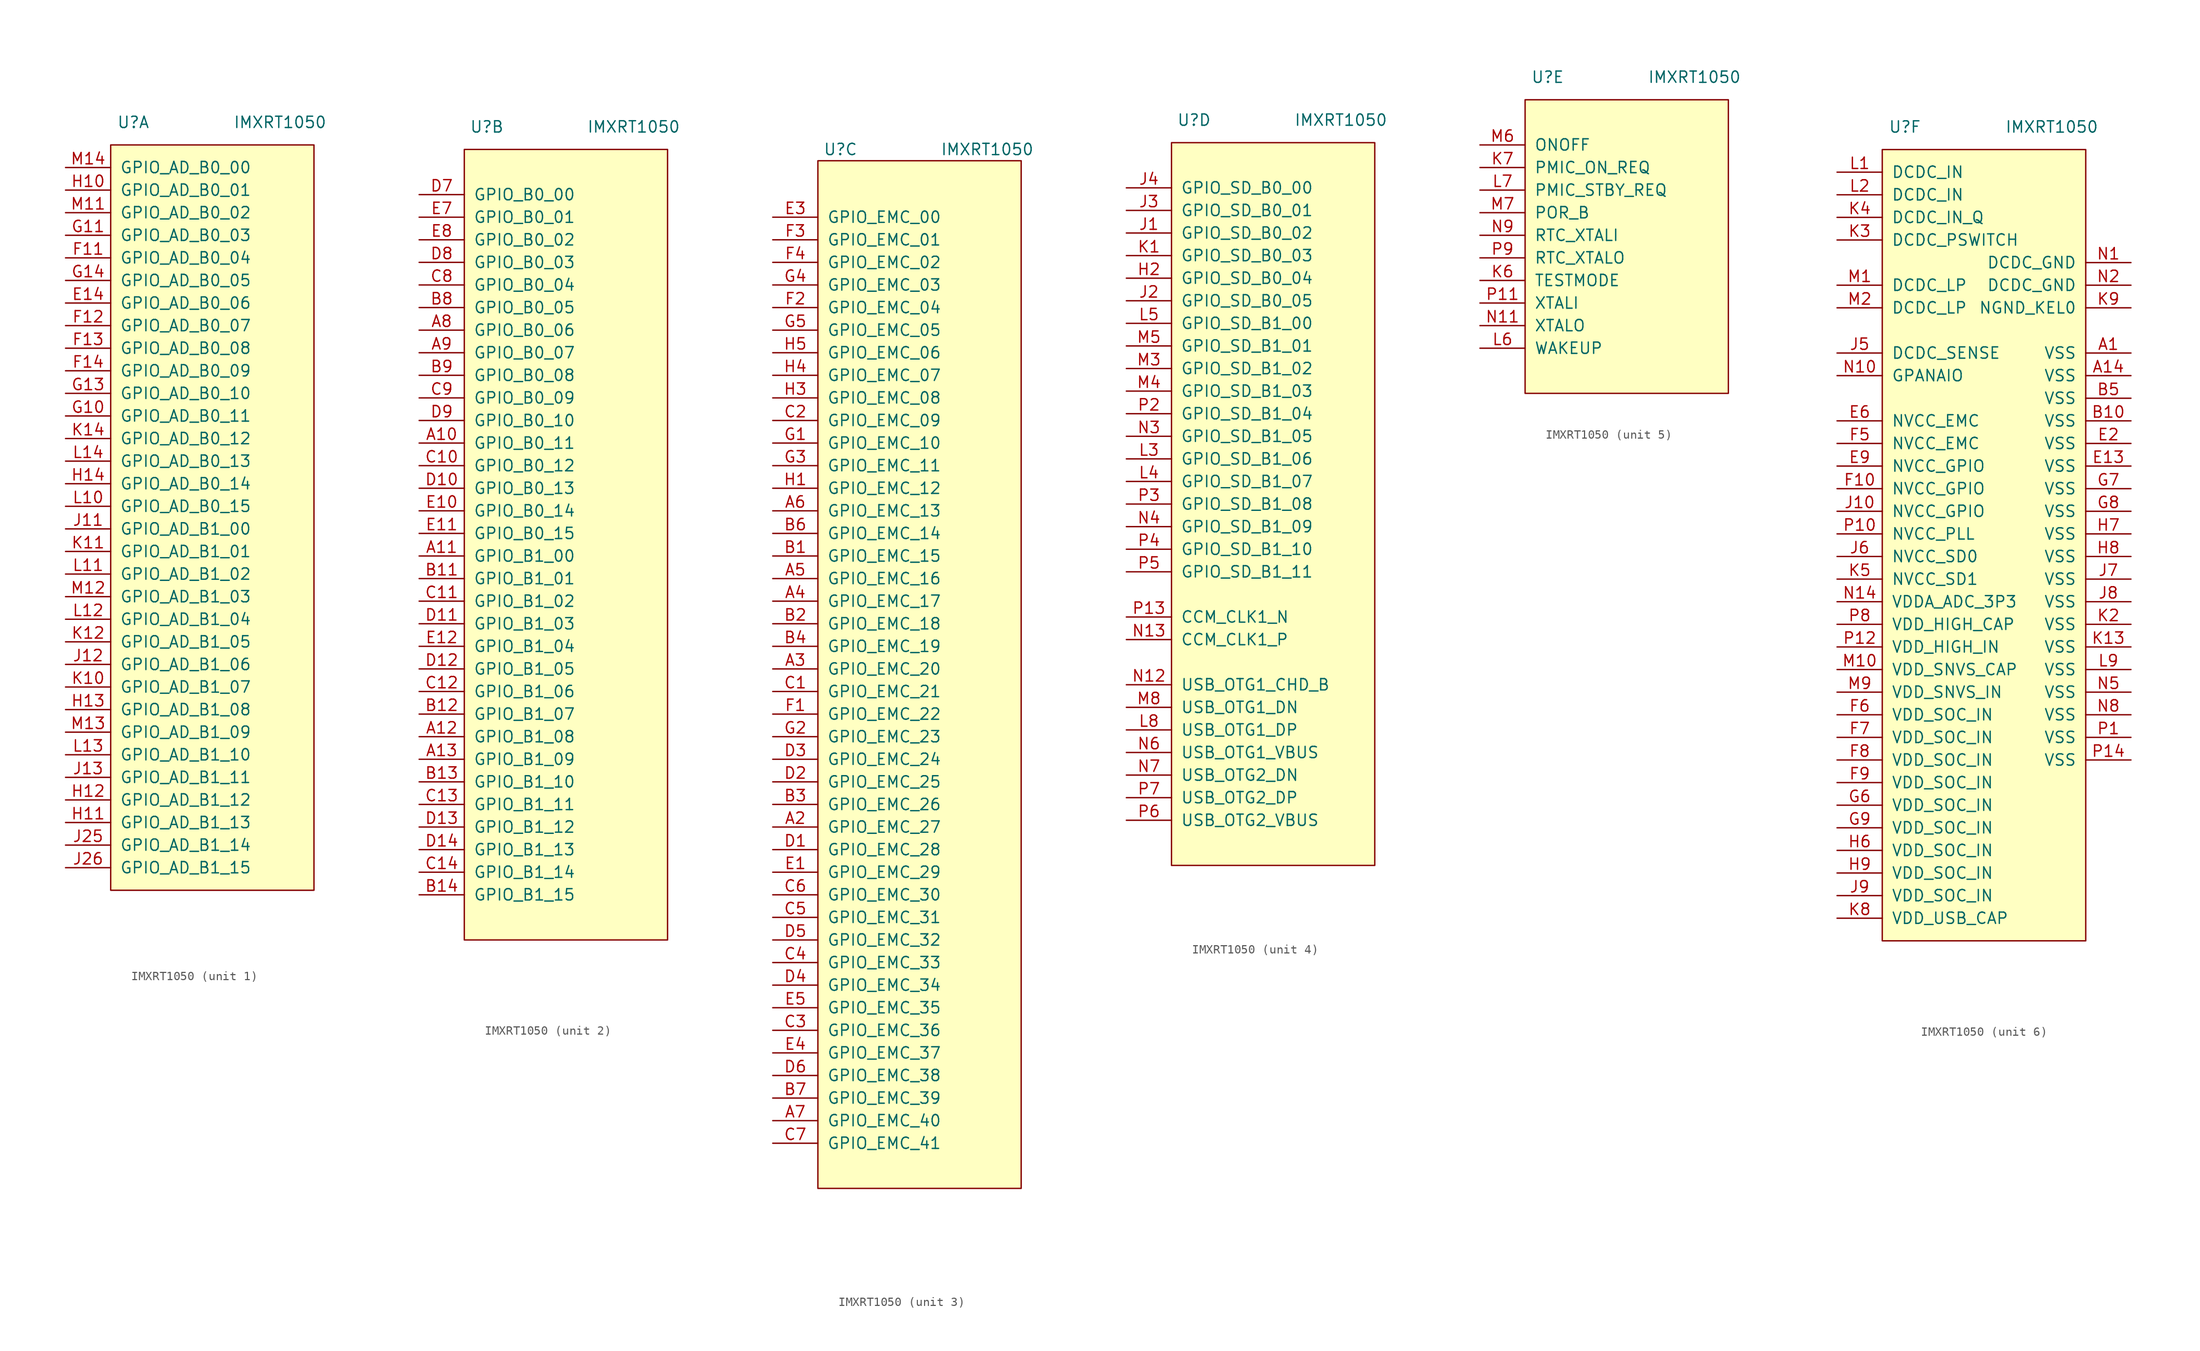
<source format=kicad_sym>
(kicad_symbol_lib
  (version 20210619)
  (generator kicad_symbol_editor)
  (symbol "Sitina:IMXRT1050"
    (pin_names
      (offset 1.016))
    (property "Reference" "U"
      (at -10.16 43.18 0)
      (effects (font (size 1.27 1.27))))
    (property "Value" "IMXRT1050"
      (at 6.35 43.18 0)
      (effects (font (size 1.27 1.27))))
    (property "ki_locked" ""
      (at 0 0 0)
      (effects (font (size 1.27 1.27))))
    (symbol "IMXRT1050_1_1"
      (rectangle (start -12.7 40.64) (end 10.16 -43.18) (stroke (width 0)) (fill (type background)))
      (pin input line (at -17.78 22.86 0) (length 5.08) (name "GPIO_AD_B0_06" (effects (font (size 1.27 1.27)))) (number "E14" (effects (font (size 1.27 1.27)))))
      (pin input line (at -17.78 27.94 0) (length 5.08) (name "GPIO_AD_B0_04" (effects (font (size 1.27 1.27)))) (number "F11" (effects (font (size 1.27 1.27)))))
      (pin input line (at -17.78 20.32 0) (length 5.08) (name "GPIO_AD_B0_07" (effects (font (size 1.27 1.27)))) (number "F12" (effects (font (size 1.27 1.27)))))
      (pin input line (at -17.78 17.78 0) (length 5.08) (name "GPIO_AD_B0_08" (effects (font (size 1.27 1.27)))) (number "F13" (effects (font (size 1.27 1.27)))))
      (pin input line (at -17.78 15.24 0) (length 5.08) (name "GPIO_AD_B0_09" (effects (font (size 1.27 1.27)))) (number "F14" (effects (font (size 1.27 1.27)))))
      (pin input line (at -17.78 10.16 0) (length 5.08) (name "GPIO_AD_B0_11" (effects (font (size 1.27 1.27)))) (number "G10" (effects (font (size 1.27 1.27)))))
      (pin input line (at -17.78 30.48 0) (length 5.08) (name "GPIO_AD_B0_03" (effects (font (size 1.27 1.27)))) (number "G11" (effects (font (size 1.27 1.27)))))
      (pin input line (at -17.78 12.7 0) (length 5.08) (name "GPIO_AD_B0_10" (effects (font (size 1.27 1.27)))) (number "G13" (effects (font (size 1.27 1.27)))))
      (pin input line (at -17.78 25.4 0) (length 5.08) (name "GPIO_AD_B0_05" (effects (font (size 1.27 1.27)))) (number "G14" (effects (font (size 1.27 1.27)))))
      (pin input line (at -17.78 35.56 0) (length 5.08) (name "GPIO_AD_B0_01" (effects (font (size 1.27 1.27)))) (number "H10" (effects (font (size 1.27 1.27)))))
      (pin input line (at -17.78 -35.56 0) (length 5.08) (name "GPIO_AD_B1_13" (effects (font (size 1.27 1.27)))) (number "H11" (effects (font (size 1.27 1.27)))))
      (pin input line (at -17.78 -33.02 0) (length 5.08) (name "GPIO_AD_B1_12" (effects (font (size 1.27 1.27)))) (number "H12" (effects (font (size 1.27 1.27)))))
      (pin input line (at -17.78 -22.86 0) (length 5.08) (name "GPIO_AD_B1_08" (effects (font (size 1.27 1.27)))) (number "H13" (effects (font (size 1.27 1.27)))))
      (pin input line (at -17.78 2.54 0) (length 5.08) (name "GPIO_AD_B0_14" (effects (font (size 1.27 1.27)))) (number "H14" (effects (font (size 1.27 1.27)))))
      (pin input line (at -17.78 -2.54 0) (length 5.08) (name "GPIO_AD_B1_00" (effects (font (size 1.27 1.27)))) (number "J11" (effects (font (size 1.27 1.27)))))
      (pin input line (at -17.78 -17.78 0) (length 5.08) (name "GPIO_AD_B1_06" (effects (font (size 1.27 1.27)))) (number "J12" (effects (font (size 1.27 1.27)))))
      (pin input line (at -17.78 -30.48 0) (length 5.08) (name "GPIO_AD_B1_11" (effects (font (size 1.27 1.27)))) (number "J13" (effects (font (size 1.27 1.27)))))
      (pin input line (at -17.78 -38.1 0) (length 5.08) (name "GPIO_AD_B1_14" (effects (font (size 1.27 1.27)))) (number "J25" (effects (font (size 1.27 1.27)))))
      (pin input line (at -17.78 -40.64 0) (length 5.08) (name "GPIO_AD_B1_15" (effects (font (size 1.27 1.27)))) (number "J26" (effects (font (size 1.27 1.27)))))
      (pin input line (at -17.78 -20.32 0) (length 5.08) (name "GPIO_AD_B1_07" (effects (font (size 1.27 1.27)))) (number "K10" (effects (font (size 1.27 1.27)))))
      (pin input line (at -17.78 -5.08 0) (length 5.08) (name "GPIO_AD_B1_01" (effects (font (size 1.27 1.27)))) (number "K11" (effects (font (size 1.27 1.27)))))
      (pin input line (at -17.78 -15.24 0) (length 5.08) (name "GPIO_AD_B1_05" (effects (font (size 1.27 1.27)))) (number "K12" (effects (font (size 1.27 1.27)))))
      (pin input line (at -17.78 7.62 0) (length 5.08) (name "GPIO_AD_B0_12" (effects (font (size 1.27 1.27)))) (number "K14" (effects (font (size 1.27 1.27)))))
      (pin input line (at -17.78 0 0) (length 5.08) (name "GPIO_AD_B0_15" (effects (font (size 1.27 1.27)))) (number "L10" (effects (font (size 1.27 1.27)))))
      (pin input line (at -17.78 -7.62 0) (length 5.08) (name "GPIO_AD_B1_02" (effects (font (size 1.27 1.27)))) (number "L11" (effects (font (size 1.27 1.27)))))
      (pin input line (at -17.78 -12.7 0) (length 5.08) (name "GPIO_AD_B1_04" (effects (font (size 1.27 1.27)))) (number "L12" (effects (font (size 1.27 1.27)))))
      (pin input line (at -17.78 -27.94 0) (length 5.08) (name "GPIO_AD_B1_10" (effects (font (size 1.27 1.27)))) (number "L13" (effects (font (size 1.27 1.27)))))
      (pin input line (at -17.78 5.08 0) (length 5.08) (name "GPIO_AD_B0_13" (effects (font (size 1.27 1.27)))) (number "L14" (effects (font (size 1.27 1.27)))))
      (pin input line (at -17.78 33.02 0) (length 5.08) (name "GPIO_AD_B0_02" (effects (font (size 1.27 1.27)))) (number "M11" (effects (font (size 1.27 1.27)))))
      (pin input line (at -17.78 -10.16 0) (length 5.08) (name "GPIO_AD_B1_03" (effects (font (size 1.27 1.27)))) (number "M12" (effects (font (size 1.27 1.27)))))
      (pin input line (at -17.78 -25.4 0) (length 5.08) (name "GPIO_AD_B1_09" (effects (font (size 1.27 1.27)))) (number "M13" (effects (font (size 1.27 1.27)))))
      (pin input line (at -17.78 38.1 0) (length 5.08) (name "GPIO_AD_B0_00" (effects (font (size 1.27 1.27)))) (number "M14" (effects (font (size 1.27 1.27))))))
    (symbol "IMXRT1050_2_1"
      (rectangle (start -12.7 40.64) (end 10.16 -48.26) (stroke (width 0)) (fill (type background)))
      (pin input line (at -17.78 7.62 0) (length 5.08) (name "GPIO_B0_11" (effects (font (size 1.27 1.27)))) (number "A10" (effects (font (size 1.27 1.27)))))
      (pin input line (at -17.78 -5.08 0) (length 5.08) (name "GPIO_B1_00" (effects (font (size 1.27 1.27)))) (number "A11" (effects (font (size 1.27 1.27)))))
      (pin input line (at -17.78 -25.4 0) (length 5.08) (name "GPIO_B1_08" (effects (font (size 1.27 1.27)))) (number "A12" (effects (font (size 1.27 1.27)))))
      (pin input line (at -17.78 -27.94 0) (length 5.08) (name "GPIO_B1_09" (effects (font (size 1.27 1.27)))) (number "A13" (effects (font (size 1.27 1.27)))))
      (pin input line (at -17.78 20.32 0) (length 5.08) (name "GPIO_B0_06" (effects (font (size 1.27 1.27)))) (number "A8" (effects (font (size 1.27 1.27)))))
      (pin input line (at -17.78 17.78 0) (length 5.08) (name "GPIO_B0_07" (effects (font (size 1.27 1.27)))) (number "A9" (effects (font (size 1.27 1.27)))))
      (pin input line (at -17.78 -7.62 0) (length 5.08) (name "GPIO_B1_01" (effects (font (size 1.27 1.27)))) (number "B11" (effects (font (size 1.27 1.27)))))
      (pin input line (at -17.78 -22.86 0) (length 5.08) (name "GPIO_B1_07" (effects (font (size 1.27 1.27)))) (number "B12" (effects (font (size 1.27 1.27)))))
      (pin input line (at -17.78 -30.48 0) (length 5.08) (name "GPIO_B1_10" (effects (font (size 1.27 1.27)))) (number "B13" (effects (font (size 1.27 1.27)))))
      (pin input line (at -17.78 -43.18 0) (length 5.08) (name "GPIO_B1_15" (effects (font (size 1.27 1.27)))) (number "B14" (effects (font (size 1.27 1.27)))))
      (pin input line (at -17.78 22.86 0) (length 5.08) (name "GPIO_B0_05" (effects (font (size 1.27 1.27)))) (number "B8" (effects (font (size 1.27 1.27)))))
      (pin input line (at -17.78 15.24 0) (length 5.08) (name "GPIO_B0_08" (effects (font (size 1.27 1.27)))) (number "B9" (effects (font (size 1.27 1.27)))))
      (pin input line (at -17.78 5.08 0) (length 5.08) (name "GPIO_B0_12" (effects (font (size 1.27 1.27)))) (number "C10" (effects (font (size 1.27 1.27)))))
      (pin input line (at -17.78 -10.16 0) (length 5.08) (name "GPIO_B1_02" (effects (font (size 1.27 1.27)))) (number "C11" (effects (font (size 1.27 1.27)))))
      (pin input line (at -17.78 -20.32 0) (length 5.08) (name "GPIO_B1_06" (effects (font (size 1.27 1.27)))) (number "C12" (effects (font (size 1.27 1.27)))))
      (pin input line (at -17.78 -33.02 0) (length 5.08) (name "GPIO_B1_11" (effects (font (size 1.27 1.27)))) (number "C13" (effects (font (size 1.27 1.27)))))
      (pin input line (at -17.78 -40.64 0) (length 5.08) (name "GPIO_B1_14" (effects (font (size 1.27 1.27)))) (number "C14" (effects (font (size 1.27 1.27)))))
      (pin input line (at -17.78 25.4 0) (length 5.08) (name "GPIO_B0_04" (effects (font (size 1.27 1.27)))) (number "C8" (effects (font (size 1.27 1.27)))))
      (pin input line (at -17.78 12.7 0) (length 5.08) (name "GPIO_B0_09" (effects (font (size 1.27 1.27)))) (number "C9" (effects (font (size 1.27 1.27)))))
      (pin input line (at -17.78 2.54 0) (length 5.08) (name "GPIO_B0_13" (effects (font (size 1.27 1.27)))) (number "D10" (effects (font (size 1.27 1.27)))))
      (pin input line (at -17.78 -12.7 0) (length 5.08) (name "GPIO_B1_03" (effects (font (size 1.27 1.27)))) (number "D11" (effects (font (size 1.27 1.27)))))
      (pin input line (at -17.78 -17.78 0) (length 5.08) (name "GPIO_B1_05" (effects (font (size 1.27 1.27)))) (number "D12" (effects (font (size 1.27 1.27)))))
      (pin input line (at -17.78 -35.56 0) (length 5.08) (name "GPIO_B1_12" (effects (font (size 1.27 1.27)))) (number "D13" (effects (font (size 1.27 1.27)))))
      (pin input line (at -17.78 -38.1 0) (length 5.08) (name "GPIO_B1_13" (effects (font (size 1.27 1.27)))) (number "D14" (effects (font (size 1.27 1.27)))))
      (pin input line (at -17.78 35.56 0) (length 5.08) (name "GPIO_B0_00" (effects (font (size 1.27 1.27)))) (number "D7" (effects (font (size 1.27 1.27)))))
      (pin input line (at -17.78 27.94 0) (length 5.08) (name "GPIO_B0_03" (effects (font (size 1.27 1.27)))) (number "D8" (effects (font (size 1.27 1.27)))))
      (pin input line (at -17.78 10.16 0) (length 5.08) (name "GPIO_B0_10" (effects (font (size 1.27 1.27)))) (number "D9" (effects (font (size 1.27 1.27)))))
      (pin input line (at -17.78 0 0) (length 5.08) (name "GPIO_B0_14" (effects (font (size 1.27 1.27)))) (number "E10" (effects (font (size 1.27 1.27)))))
      (pin input line (at -17.78 -2.54 0) (length 5.08) (name "GPIO_B0_15" (effects (font (size 1.27 1.27)))) (number "E11" (effects (font (size 1.27 1.27)))))
      (pin input line (at -17.78 -15.24 0) (length 5.08) (name "GPIO_B1_04" (effects (font (size 1.27 1.27)))) (number "E12" (effects (font (size 1.27 1.27)))))
      (pin input line (at -17.78 33.02 0) (length 5.08) (name "GPIO_B0_01" (effects (font (size 1.27 1.27)))) (number "E7" (effects (font (size 1.27 1.27)))))
      (pin input line (at -17.78 30.48 0) (length 5.08) (name "GPIO_B0_02" (effects (font (size 1.27 1.27)))) (number "E8" (effects (font (size 1.27 1.27))))))
    (symbol "IMXRT1050_3_1"
      (rectangle (start -12.7 41.91) (end 10.16 -73.66) (stroke (width 0)) (fill (type background)))
      (pin input line (at -17.78 -33.02 0) (length 5.08) (name "GPIO_EMC_27" (effects (font (size 1.27 1.27)))) (number "A2" (effects (font (size 1.27 1.27)))))
      (pin input line (at -17.78 -15.24 0) (length 5.08) (name "GPIO_EMC_20" (effects (font (size 1.27 1.27)))) (number "A3" (effects (font (size 1.27 1.27)))))
      (pin input line (at -17.78 -7.62 0) (length 5.08) (name "GPIO_EMC_17" (effects (font (size 1.27 1.27)))) (number "A4" (effects (font (size 1.27 1.27)))))
      (pin input line (at -17.78 -5.08 0) (length 5.08) (name "GPIO_EMC_16" (effects (font (size 1.27 1.27)))) (number "A5" (effects (font (size 1.27 1.27)))))
      (pin input line (at -17.78 2.54 0) (length 5.08) (name "GPIO_EMC_13" (effects (font (size 1.27 1.27)))) (number "A6" (effects (font (size 1.27 1.27)))))
      (pin input line (at -17.78 -66.04 0) (length 5.08) (name "GPIO_EMC_40" (effects (font (size 1.27 1.27)))) (number "A7" (effects (font (size 1.27 1.27)))))
      (pin input line (at -17.78 -2.54 0) (length 5.08) (name "GPIO_EMC_15" (effects (font (size 1.27 1.27)))) (number "B1" (effects (font (size 1.27 1.27)))))
      (pin input line (at -17.78 -10.16 0) (length 5.08) (name "GPIO_EMC_18" (effects (font (size 1.27 1.27)))) (number "B2" (effects (font (size 1.27 1.27)))))
      (pin input line (at -17.78 -30.48 0) (length 5.08) (name "GPIO_EMC_26" (effects (font (size 1.27 1.27)))) (number "B3" (effects (font (size 1.27 1.27)))))
      (pin input line (at -17.78 -12.7 0) (length 5.08) (name "GPIO_EMC_19" (effects (font (size 1.27 1.27)))) (number "B4" (effects (font (size 1.27 1.27)))))
      (pin input line (at -17.78 0 0) (length 5.08) (name "GPIO_EMC_14" (effects (font (size 1.27 1.27)))) (number "B6" (effects (font (size 1.27 1.27)))))
      (pin input line (at -17.78 -63.5 0) (length 5.08) (name "GPIO_EMC_39" (effects (font (size 1.27 1.27)))) (number "B7" (effects (font (size 1.27 1.27)))))
      (pin input line (at -17.78 -17.78 0) (length 5.08) (name "GPIO_EMC_21" (effects (font (size 1.27 1.27)))) (number "C1" (effects (font (size 1.27 1.27)))))
      (pin input line (at -17.78 12.7 0) (length 5.08) (name "GPIO_EMC_09" (effects (font (size 1.27 1.27)))) (number "C2" (effects (font (size 1.27 1.27)))))
      (pin input line (at -17.78 -55.88 0) (length 5.08) (name "GPIO_EMC_36" (effects (font (size 1.27 1.27)))) (number "C3" (effects (font (size 1.27 1.27)))))
      (pin input line (at -17.78 -48.26 0) (length 5.08) (name "GPIO_EMC_33" (effects (font (size 1.27 1.27)))) (number "C4" (effects (font (size 1.27 1.27)))))
      (pin input line (at -17.78 -43.18 0) (length 5.08) (name "GPIO_EMC_31" (effects (font (size 1.27 1.27)))) (number "C5" (effects (font (size 1.27 1.27)))))
      (pin input line (at -17.78 -40.64 0) (length 5.08) (name "GPIO_EMC_30" (effects (font (size 1.27 1.27)))) (number "C6" (effects (font (size 1.27 1.27)))))
      (pin input line (at -17.78 -68.58 0) (length 5.08) (name "GPIO_EMC_41" (effects (font (size 1.27 1.27)))) (number "C7" (effects (font (size 1.27 1.27)))))
      (pin input line (at -17.78 -35.56 0) (length 5.08) (name "GPIO_EMC_28" (effects (font (size 1.27 1.27)))) (number "D1" (effects (font (size 1.27 1.27)))))
      (pin input line (at -17.78 -27.94 0) (length 5.08) (name "GPIO_EMC_25" (effects (font (size 1.27 1.27)))) (number "D2" (effects (font (size 1.27 1.27)))))
      (pin input line (at -17.78 -25.4 0) (length 5.08) (name "GPIO_EMC_24" (effects (font (size 1.27 1.27)))) (number "D3" (effects (font (size 1.27 1.27)))))
      (pin input line (at -17.78 -50.8 0) (length 5.08) (name "GPIO_EMC_34" (effects (font (size 1.27 1.27)))) (number "D4" (effects (font (size 1.27 1.27)))))
      (pin input line (at -17.78 -45.72 0) (length 5.08) (name "GPIO_EMC_32" (effects (font (size 1.27 1.27)))) (number "D5" (effects (font (size 1.27 1.27)))))
      (pin input line (at -17.78 -60.96 0) (length 5.08) (name "GPIO_EMC_38" (effects (font (size 1.27 1.27)))) (number "D6" (effects (font (size 1.27 1.27)))))
      (pin input line (at -17.78 -38.1 0) (length 5.08) (name "GPIO_EMC_29" (effects (font (size 1.27 1.27)))) (number "E1" (effects (font (size 1.27 1.27)))))
      (pin input line (at -17.78 35.56 0) (length 5.08) (name "GPIO_EMC_00" (effects (font (size 1.27 1.27)))) (number "E3" (effects (font (size 1.27 1.27)))))
      (pin input line (at -17.78 -58.42 0) (length 5.08) (name "GPIO_EMC_37" (effects (font (size 1.27 1.27)))) (number "E4" (effects (font (size 1.27 1.27)))))
      (pin input line (at -17.78 -53.34 0) (length 5.08) (name "GPIO_EMC_35" (effects (font (size 1.27 1.27)))) (number "E5" (effects (font (size 1.27 1.27)))))
      (pin input line (at -17.78 -20.32 0) (length 5.08) (name "GPIO_EMC_22" (effects (font (size 1.27 1.27)))) (number "F1" (effects (font (size 1.27 1.27)))))
      (pin input line (at -17.78 25.4 0) (length 5.08) (name "GPIO_EMC_04" (effects (font (size 1.27 1.27)))) (number "F2" (effects (font (size 1.27 1.27)))))
      (pin input line (at -17.78 33.02 0) (length 5.08) (name "GPIO_EMC_01" (effects (font (size 1.27 1.27)))) (number "F3" (effects (font (size 1.27 1.27)))))
      (pin input line (at -17.78 30.48 0) (length 5.08) (name "GPIO_EMC_02" (effects (font (size 1.27 1.27)))) (number "F4" (effects (font (size 1.27 1.27)))))
      (pin input line (at -17.78 10.16 0) (length 5.08) (name "GPIO_EMC_10" (effects (font (size 1.27 1.27)))) (number "G1" (effects (font (size 1.27 1.27)))))
      (pin input line (at -17.78 -22.86 0) (length 5.08) (name "GPIO_EMC_23" (effects (font (size 1.27 1.27)))) (number "G2" (effects (font (size 1.27 1.27)))))
      (pin input line (at -17.78 7.62 0) (length 5.08) (name "GPIO_EMC_11" (effects (font (size 1.27 1.27)))) (number "G3" (effects (font (size 1.27 1.27)))))
      (pin input line (at -17.78 27.94 0) (length 5.08) (name "GPIO_EMC_03" (effects (font (size 1.27 1.27)))) (number "G4" (effects (font (size 1.27 1.27)))))
      (pin input line (at -17.78 22.86 0) (length 5.08) (name "GPIO_EMC_05" (effects (font (size 1.27 1.27)))) (number "G5" (effects (font (size 1.27 1.27)))))
      (pin input line (at -17.78 5.08 0) (length 5.08) (name "GPIO_EMC_12" (effects (font (size 1.27 1.27)))) (number "H1" (effects (font (size 1.27 1.27)))))
      (pin input line (at -17.78 15.24 0) (length 5.08) (name "GPIO_EMC_08" (effects (font (size 1.27 1.27)))) (number "H3" (effects (font (size 1.27 1.27)))))
      (pin input line (at -17.78 17.78 0) (length 5.08) (name "GPIO_EMC_07" (effects (font (size 1.27 1.27)))) (number "H4" (effects (font (size 1.27 1.27)))))
      (pin input line (at -17.78 20.32 0) (length 5.08) (name "GPIO_EMC_06" (effects (font (size 1.27 1.27)))) (number "H5" (effects (font (size 1.27 1.27))))))
    (symbol "IMXRT1050_4_1"
      (rectangle (start -12.7 40.64) (end 10.16 -40.64) (stroke (width 0)) (fill (type background)))
      (pin input line (at -17.78 25.4 0) (length 5.08) (name "GPIO_SD_B0_04" (effects (font (size 1.27 1.27)))) (number "H2" (effects (font (size 1.27 1.27)))))
      (pin input line (at -17.78 30.48 0) (length 5.08) (name "GPIO_SD_B0_02" (effects (font (size 1.27 1.27)))) (number "J1" (effects (font (size 1.27 1.27)))))
      (pin input line (at -17.78 22.86 0) (length 5.08) (name "GPIO_SD_B0_05" (effects (font (size 1.27 1.27)))) (number "J2" (effects (font (size 1.27 1.27)))))
      (pin input line (at -17.78 33.02 0) (length 5.08) (name "GPIO_SD_B0_01" (effects (font (size 1.27 1.27)))) (number "J3" (effects (font (size 1.27 1.27)))))
      (pin input line (at -17.78 35.56 0) (length 5.08) (name "GPIO_SD_B0_00" (effects (font (size 1.27 1.27)))) (number "J4" (effects (font (size 1.27 1.27)))))
      (pin input line (at -17.78 27.94 0) (length 5.08) (name "GPIO_SD_B0_03" (effects (font (size 1.27 1.27)))) (number "K1" (effects (font (size 1.27 1.27)))))
      (pin input line (at -17.78 5.08 0) (length 5.08) (name "GPIO_SD_B1_06" (effects (font (size 1.27 1.27)))) (number "L3" (effects (font (size 1.27 1.27)))))
      (pin input line (at -17.78 2.54 0) (length 5.08) (name "GPIO_SD_B1_07" (effects (font (size 1.27 1.27)))) (number "L4" (effects (font (size 1.27 1.27)))))
      (pin input line (at -17.78 20.32 0) (length 5.08) (name "GPIO_SD_B1_00" (effects (font (size 1.27 1.27)))) (number "L5" (effects (font (size 1.27 1.27)))))
      (pin input line (at -17.78 -25.4 0) (length 5.08) (name "USB_OTG1_DP" (effects (font (size 1.27 1.27)))) (number "L8" (effects (font (size 1.27 1.27)))))
      (pin input line (at -17.78 15.24 0) (length 5.08) (name "GPIO_SD_B1_02" (effects (font (size 1.27 1.27)))) (number "M3" (effects (font (size 1.27 1.27)))))
      (pin input line (at -17.78 12.7 0) (length 5.08) (name "GPIO_SD_B1_03" (effects (font (size 1.27 1.27)))) (number "M4" (effects (font (size 1.27 1.27)))))
      (pin input line (at -17.78 17.78 0) (length 5.08) (name "GPIO_SD_B1_01" (effects (font (size 1.27 1.27)))) (number "M5" (effects (font (size 1.27 1.27)))))
      (pin input line (at -17.78 -22.86 0) (length 5.08) (name "USB_OTG1_DN" (effects (font (size 1.27 1.27)))) (number "M8" (effects (font (size 1.27 1.27)))))
      (pin input line (at -17.78 -20.32 0) (length 5.08) (name "USB_OTG1_CHD_B" (effects (font (size 1.27 1.27)))) (number "N12" (effects (font (size 1.27 1.27)))))
      (pin input line (at -17.78 -15.24 0) (length 5.08) (name "CCM_CLK1_P" (effects (font (size 1.27 1.27)))) (number "N13" (effects (font (size 1.27 1.27)))))
      (pin input line (at -17.78 7.62 0) (length 5.08) (name "GPIO_SD_B1_05" (effects (font (size 1.27 1.27)))) (number "N3" (effects (font (size 1.27 1.27)))))
      (pin input line (at -17.78 -2.54 0) (length 5.08) (name "GPIO_SD_B1_09" (effects (font (size 1.27 1.27)))) (number "N4" (effects (font (size 1.27 1.27)))))
      (pin input line (at -17.78 -27.94 0) (length 5.08) (name "USB_OTG1_VBUS" (effects (font (size 1.27 1.27)))) (number "N6" (effects (font (size 1.27 1.27)))))
      (pin input line (at -17.78 -30.48 0) (length 5.08) (name "USB_OTG2_DN" (effects (font (size 1.27 1.27)))) (number "N7" (effects (font (size 1.27 1.27)))))
      (pin input line (at -17.78 -12.7 0) (length 5.08) (name "CCM_CLK1_N" (effects (font (size 1.27 1.27)))) (number "P13" (effects (font (size 1.27 1.27)))))
      (pin input line (at -17.78 10.16 0) (length 5.08) (name "GPIO_SD_B1_04" (effects (font (size 1.27 1.27)))) (number "P2" (effects (font (size 1.27 1.27)))))
      (pin input line (at -17.78 0 0) (length 5.08) (name "GPIO_SD_B1_08" (effects (font (size 1.27 1.27)))) (number "P3" (effects (font (size 1.27 1.27)))))
      (pin input line (at -17.78 -5.08 0) (length 5.08) (name "GPIO_SD_B1_10" (effects (font (size 1.27 1.27)))) (number "P4" (effects (font (size 1.27 1.27)))))
      (pin input line (at -17.78 -7.62 0) (length 5.08) (name "GPIO_SD_B1_11" (effects (font (size 1.27 1.27)))) (number "P5" (effects (font (size 1.27 1.27)))))
      (pin input line (at -17.78 -35.56 0) (length 5.08) (name "USB_OTG2_VBUS" (effects (font (size 1.27 1.27)))) (number "P6" (effects (font (size 1.27 1.27)))))
      (pin input line (at -17.78 -33.02 0) (length 5.08) (name "USB_OTG2_DP" (effects (font (size 1.27 1.27)))) (number "P7" (effects (font (size 1.27 1.27))))))
    (symbol "IMXRT1050_5_1"
      (rectangle (start -12.7 40.64) (end 10.16 7.62) (stroke (width 0)) (fill (type background)))
      (pin input line (at -17.78 20.32 0) (length 5.08) (name "TESTMODE" (effects (font (size 1.27 1.27)))) (number "K6" (effects (font (size 1.27 1.27)))))
      (pin input line (at -17.78 33.02 0) (length 5.08) (name "PMIC_ON_REQ" (effects (font (size 1.27 1.27)))) (number "K7" (effects (font (size 1.27 1.27)))))
      (pin input line (at -17.78 12.7 0) (length 5.08) (name "WAKEUP" (effects (font (size 1.27 1.27)))) (number "L6" (effects (font (size 1.27 1.27)))))
      (pin input line (at -17.78 30.48 0) (length 5.08) (name "PMIC_STBY_REQ" (effects (font (size 1.27 1.27)))) (number "L7" (effects (font (size 1.27 1.27)))))
      (pin input line (at -17.78 35.56 0) (length 5.08) (name "ONOFF" (effects (font (size 1.27 1.27)))) (number "M6" (effects (font (size 1.27 1.27)))))
      (pin input line (at -17.78 27.94 0) (length 5.08) (name "POR_B" (effects (font (size 1.27 1.27)))) (number "M7" (effects (font (size 1.27 1.27)))))
      (pin input line (at -17.78 15.24 0) (length 5.08) (name "XTALO" (effects (font (size 1.27 1.27)))) (number "N11" (effects (font (size 1.27 1.27)))))
      (pin input line (at -17.78 25.4 0) (length 5.08) (name "RTC_XTALI" (effects (font (size 1.27 1.27)))) (number "N9" (effects (font (size 1.27 1.27)))))
      (pin input line (at -17.78 17.78 0) (length 5.08) (name "XTALI" (effects (font (size 1.27 1.27)))) (number "P11" (effects (font (size 1.27 1.27)))))
      (pin input line (at -17.78 22.86 0) (length 5.08) (name "RTC_XTALO" (effects (font (size 1.27 1.27)))) (number "P9" (effects (font (size 1.27 1.27))))))
    (symbol "IMXRT1050_6_1"
      (rectangle (start -12.7 40.64) (end 10.16 -48.26) (stroke (width 0)) (fill (type background)))
      (pin input line (at 15.24 17.78 180) (length 5.08) (name "VSS" (effects (font (size 1.27 1.27)))) (number "A1" (effects (font (size 1.27 1.27)))))
      (pin input line (at 15.24 15.24 180) (length 5.08) (name "VSS" (effects (font (size 1.27 1.27)))) (number "A14" (effects (font (size 1.27 1.27)))))
      (pin input line (at 15.24 10.16 180) (length 5.08) (name "VSS" (effects (font (size 1.27 1.27)))) (number "B10" (effects (font (size 1.27 1.27)))))
      (pin input line (at 15.24 12.7 180) (length 5.08) (name "VSS" (effects (font (size 1.27 1.27)))) (number "B5" (effects (font (size 1.27 1.27)))))
      (pin input line (at 15.24 5.08 180) (length 5.08) (name "VSS" (effects (font (size 1.27 1.27)))) (number "E13" (effects (font (size 1.27 1.27)))))
      (pin input line (at 15.24 7.62 180) (length 5.08) (name "VSS" (effects (font (size 1.27 1.27)))) (number "E2" (effects (font (size 1.27 1.27)))))
      (pin input line (at -17.78 10.16 0) (length 5.08) (name "NVCC_EMC" (effects (font (size 1.27 1.27)))) (number "E6" (effects (font (size 1.27 1.27)))))
      (pin input line (at -17.78 5.08 0) (length 5.08) (name "NVCC_GPIO" (effects (font (size 1.27 1.27)))) (number "E9" (effects (font (size 1.27 1.27)))))
      (pin input line (at -17.78 2.54 0) (length 5.08) (name "NVCC_GPIO" (effects (font (size 1.27 1.27)))) (number "F10" (effects (font (size 1.27 1.27)))))
      (pin input line (at -17.78 7.62 0) (length 5.08) (name "NVCC_EMC" (effects (font (size 1.27 1.27)))) (number "F5" (effects (font (size 1.27 1.27)))))
      (pin input line (at -17.78 -22.86 0) (length 5.08) (name "VDD_SOC_IN" (effects (font (size 1.27 1.27)))) (number "F6" (effects (font (size 1.27 1.27)))))
      (pin input line (at -17.78 -25.4 0) (length 5.08) (name "VDD_SOC_IN" (effects (font (size 1.27 1.27)))) (number "F7" (effects (font (size 1.27 1.27)))))
      (pin input line (at -17.78 -27.94 0) (length 5.08) (name "VDD_SOC_IN" (effects (font (size 1.27 1.27)))) (number "F8" (effects (font (size 1.27 1.27)))))
      (pin input line (at -17.78 -30.48 0) (length 5.08) (name "VDD_SOC_IN" (effects (font (size 1.27 1.27)))) (number "F9" (effects (font (size 1.27 1.27)))))
      (pin input line (at -17.78 -33.02 0) (length 5.08) (name "VDD_SOC_IN" (effects (font (size 1.27 1.27)))) (number "G6" (effects (font (size 1.27 1.27)))))
      (pin input line (at 15.24 2.54 180) (length 5.08) (name "VSS" (effects (font (size 1.27 1.27)))) (number "G7" (effects (font (size 1.27 1.27)))))
      (pin input line (at 15.24 0 180) (length 5.08) (name "VSS" (effects (font (size 1.27 1.27)))) (number "G8" (effects (font (size 1.27 1.27)))))
      (pin input line (at -17.78 -35.56 0) (length 5.08) (name "VDD_SOC_IN" (effects (font (size 1.27 1.27)))) (number "G9" (effects (font (size 1.27 1.27)))))
      (pin input line (at -17.78 -38.1 0) (length 5.08) (name "VDD_SOC_IN" (effects (font (size 1.27 1.27)))) (number "H6" (effects (font (size 1.27 1.27)))))
      (pin input line (at 15.24 -2.54 180) (length 5.08) (name "VSS" (effects (font (size 1.27 1.27)))) (number "H7" (effects (font (size 1.27 1.27)))))
      (pin input line (at 15.24 -5.08 180) (length 5.08) (name "VSS" (effects (font (size 1.27 1.27)))) (number "H8" (effects (font (size 1.27 1.27)))))
      (pin input line (at -17.78 -40.64 0) (length 5.08) (name "VDD_SOC_IN" (effects (font (size 1.27 1.27)))) (number "H9" (effects (font (size 1.27 1.27)))))
      (pin input line (at -17.78 0 0) (length 5.08) (name "NVCC_GPIO" (effects (font (size 1.27 1.27)))) (number "J10" (effects (font (size 1.27 1.27)))))
      (pin input line (at -17.78 17.78 0) (length 5.08) (name "DCDC_SENSE" (effects (font (size 1.27 1.27)))) (number "J5" (effects (font (size 1.27 1.27)))))
      (pin input line (at -17.78 -5.08 0) (length 5.08) (name "NVCC_SD0" (effects (font (size 1.27 1.27)))) (number "J6" (effects (font (size 1.27 1.27)))))
      (pin input line (at 15.24 -7.62 180) (length 5.08) (name "VSS" (effects (font (size 1.27 1.27)))) (number "J7" (effects (font (size 1.27 1.27)))))
      (pin input line (at 15.24 -10.16 180) (length 5.08) (name "VSS" (effects (font (size 1.27 1.27)))) (number "J8" (effects (font (size 1.27 1.27)))))
      (pin input line (at -17.78 -43.18 0) (length 5.08) (name "VDD_SOC_IN" (effects (font (size 1.27 1.27)))) (number "J9" (effects (font (size 1.27 1.27)))))
      (pin input line (at 15.24 -15.24 180) (length 5.08) (name "VSS" (effects (font (size 1.27 1.27)))) (number "K13" (effects (font (size 1.27 1.27)))))
      (pin input line (at 15.24 -12.7 180) (length 5.08) (name "VSS" (effects (font (size 1.27 1.27)))) (number "K2" (effects (font (size 1.27 1.27)))))
      (pin input line (at -17.78 30.48 0) (length 5.08) (name "DCDC_PSWITCH" (effects (font (size 1.27 1.27)))) (number "K3" (effects (font (size 1.27 1.27)))))
      (pin input line (at -17.78 33.02 0) (length 5.08) (name "DCDC_IN_Q" (effects (font (size 1.27 1.27)))) (number "K4" (effects (font (size 1.27 1.27)))))
      (pin input line (at -17.78 -7.62 0) (length 5.08) (name "NVCC_SD1" (effects (font (size 1.27 1.27)))) (number "K5" (effects (font (size 1.27 1.27)))))
      (pin input line (at -17.78 -45.72 0) (length 5.08) (name "VDD_USB_CAP" (effects (font (size 1.27 1.27)))) (number "K8" (effects (font (size 1.27 1.27)))))
      (pin input line (at 15.24 22.86 180) (length 5.08) (name "NGND_KEL0" (effects (font (size 1.27 1.27)))) (number "K9" (effects (font (size 1.27 1.27)))))
      (pin input line (at -17.78 38.1 0) (length 5.08) (name "DCDC_IN" (effects (font (size 1.27 1.27)))) (number "L1" (effects (font (size 1.27 1.27)))))
      (pin input line (at -17.78 35.56 0) (length 5.08) (name "DCDC_IN" (effects (font (size 1.27 1.27)))) (number "L2" (effects (font (size 1.27 1.27)))))
      (pin input line (at 15.24 -17.78 180) (length 5.08) (name "VSS" (effects (font (size 1.27 1.27)))) (number "L9" (effects (font (size 1.27 1.27)))))
      (pin input line (at -17.78 25.4 0) (length 5.08) (name "DCDC_LP" (effects (font (size 1.27 1.27)))) (number "M1" (effects (font (size 1.27 1.27)))))
      (pin input line (at -17.78 -17.78 0) (length 5.08) (name "VDD_SNVS_CAP" (effects (font (size 1.27 1.27)))) (number "M10" (effects (font (size 1.27 1.27)))))
      (pin input line (at -17.78 22.86 0) (length 5.08) (name "DCDC_LP" (effects (font (size 1.27 1.27)))) (number "M2" (effects (font (size 1.27 1.27)))))
      (pin input line (at -17.78 -20.32 0) (length 5.08) (name "VDD_SNVS_IN" (effects (font (size 1.27 1.27)))) (number "M9" (effects (font (size 1.27 1.27)))))
      (pin input line (at 15.24 27.94 180) (length 5.08) (name "DCDC_GND" (effects (font (size 1.27 1.27)))) (number "N1" (effects (font (size 1.27 1.27)))))
      (pin input line (at -17.78 15.24 0) (length 5.08) (name "GPANAIO" (effects (font (size 1.27 1.27)))) (number "N10" (effects (font (size 1.27 1.27)))))
      (pin input line (at -17.78 -10.16 0) (length 5.08) (name "VDDA_ADC_3P3" (effects (font (size 1.27 1.27)))) (number "N14" (effects (font (size 1.27 1.27)))))
      (pin input line (at 15.24 25.4 180) (length 5.08) (name "DCDC_GND" (effects (font (size 1.27 1.27)))) (number "N2" (effects (font (size 1.27 1.27)))))
      (pin input line (at 15.24 -20.32 180) (length 5.08) (name "VSS" (effects (font (size 1.27 1.27)))) (number "N5" (effects (font (size 1.27 1.27)))))
      (pin input line (at 15.24 -22.86 180) (length 5.08) (name "VSS" (effects (font (size 1.27 1.27)))) (number "N8" (effects (font (size 1.27 1.27)))))
      (pin input line (at 15.24 -25.4 180) (length 5.08) (name "VSS" (effects (font (size 1.27 1.27)))) (number "P1" (effects (font (size 1.27 1.27)))))
      (pin input line (at -17.78 -2.54 0) (length 5.08) (name "NVCC_PLL" (effects (font (size 1.27 1.27)))) (number "P10" (effects (font (size 1.27 1.27)))))
      (pin input line (at -17.78 -15.24 0) (length 5.08) (name "VDD_HIGH_IN" (effects (font (size 1.27 1.27)))) (number "P12" (effects (font (size 1.27 1.27)))))
      (pin input line (at 15.24 -27.94 180) (length 5.08) (name "VSS" (effects (font (size 1.27 1.27)))) (number "P14" (effects (font (size 1.27 1.27)))))
      (pin input line (at -17.78 -12.7 0) (length 5.08) (name "VDD_HIGH_CAP" (effects (font (size 1.27 1.27)))) (number "P8" (effects (font (size 1.27 1.27))))))))
</source>
